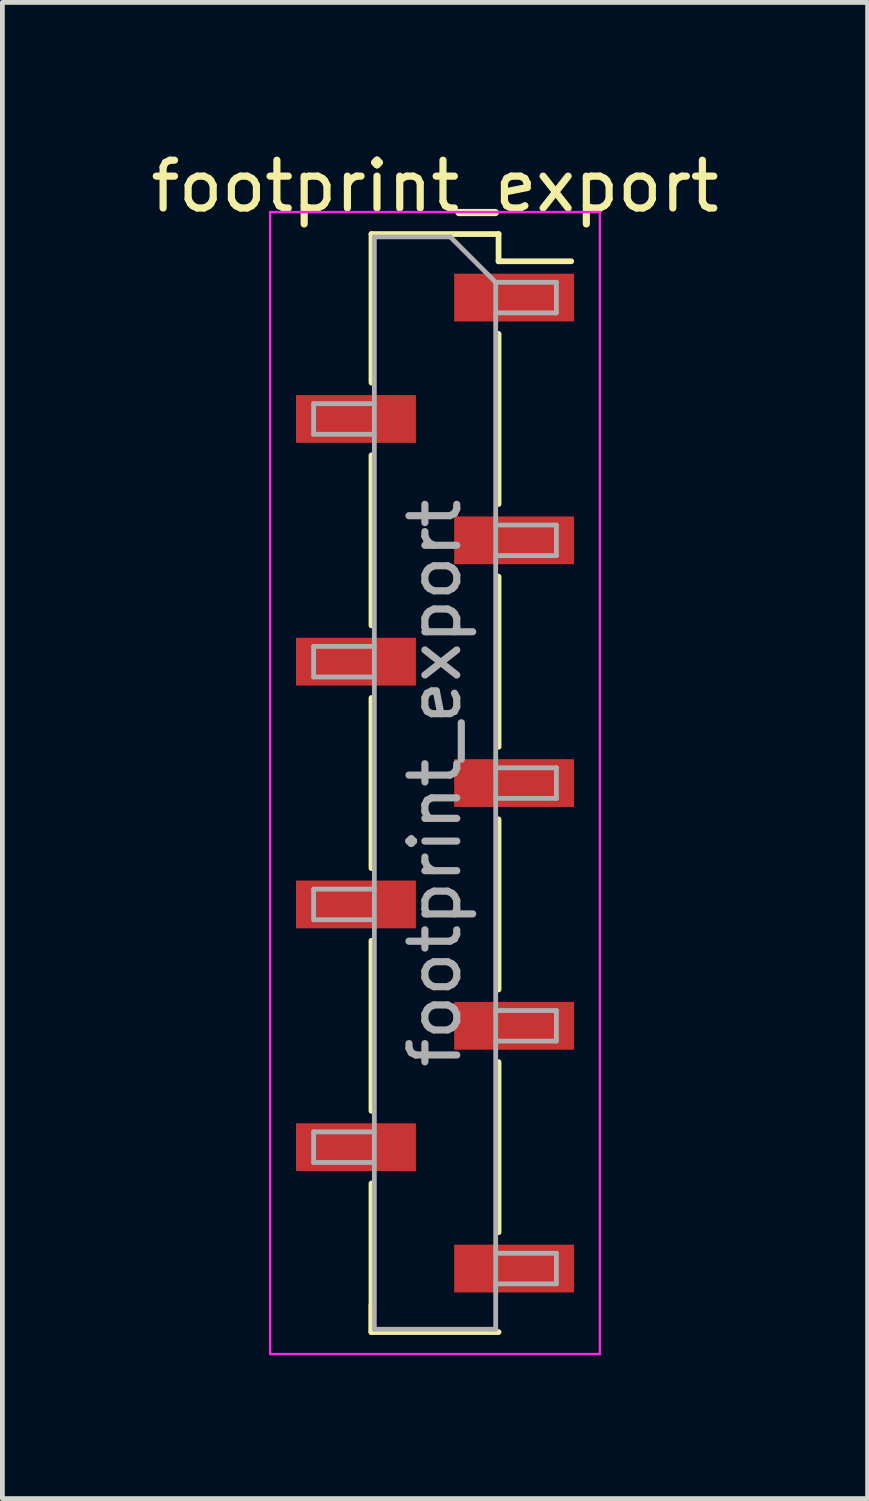
<source format=kicad_pcb>
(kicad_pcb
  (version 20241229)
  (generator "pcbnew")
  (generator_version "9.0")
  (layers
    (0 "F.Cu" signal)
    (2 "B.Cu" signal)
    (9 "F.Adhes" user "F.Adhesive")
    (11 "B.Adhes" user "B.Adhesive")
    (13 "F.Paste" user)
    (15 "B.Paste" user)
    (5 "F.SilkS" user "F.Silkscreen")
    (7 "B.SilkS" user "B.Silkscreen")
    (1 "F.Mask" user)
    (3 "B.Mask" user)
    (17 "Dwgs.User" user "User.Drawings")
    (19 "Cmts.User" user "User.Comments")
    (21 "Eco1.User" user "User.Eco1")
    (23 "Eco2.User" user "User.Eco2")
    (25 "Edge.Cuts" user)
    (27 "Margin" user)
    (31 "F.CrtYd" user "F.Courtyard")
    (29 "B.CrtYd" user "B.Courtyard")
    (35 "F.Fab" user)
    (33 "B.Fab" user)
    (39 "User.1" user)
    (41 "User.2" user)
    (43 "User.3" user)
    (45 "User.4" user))
  (footprint "footprint_export"
    (layer "F.Cu")
    (at 6.054 13.338)
    (property "Reference" "footprint_export" (at 0 -12.49 0) (layer "F.SilkS") (effects (font (size 1 1) (thickness 0.15))))
    (attr smd)
    (fp_line (start -1.33 -11.49) (end -1.33 -8.38) (stroke (width 0.12) (type solid)) (layer "F.SilkS"))
    (fp_line (start -1.33 -11.49) (end 1.33 -11.49) (stroke (width 0.12) (type solid)) (layer "F.SilkS"))
    (fp_line (start -1.33 -6.86) (end -1.33 -3.3) (stroke (width 0.12) (type solid)) (layer "F.SilkS"))
    (fp_line (start -1.33 -1.78) (end -1.33 1.78) (stroke (width 0.12) (type solid)) (layer "F.SilkS"))
    (fp_line (start -1.33 3.3) (end -1.33 6.86) (stroke (width 0.12) (type solid)) (layer "F.SilkS"))
    (fp_line (start -1.33 8.38) (end -1.33 11.49) (stroke (width 0.12) (type solid)) (layer "F.SilkS"))
    (fp_line (start -1.33 10.92) (end -1.33 11.49) (stroke (width 0.12) (type solid)) (layer "F.SilkS"))
    (fp_line (start -1.33 11.49) (end 1.33 11.49) (stroke (width 0.12) (type solid)) (layer "F.SilkS"))
    (fp_line (start 1.33 -11.49) (end 1.33 -10.92) (stroke (width 0.12) (type solid)) (layer "F.SilkS"))
    (fp_line (start 1.33 -10.92) (end 2.85 -10.92) (stroke (width 0.12) (type solid)) (layer "F.SilkS"))
    (fp_line (start 1.33 -9.4) (end 1.33 -5.84) (stroke (width 0.12) (type solid)) (layer "F.SilkS"))
    (fp_line (start 1.33 -4.32) (end 1.33 -0.76) (stroke (width 0.12) (type solid)) (layer "F.SilkS"))
    (fp_line (start 1.33 0.76) (end 1.33 4.32) (stroke (width 0.12) (type solid)) (layer "F.SilkS"))
    (fp_line (start 1.33 5.84) (end 1.33 9.4) (stroke (width 0.12) (type solid)) (layer "F.SilkS"))
    (fp_line (start -3.45 -11.95) (end -3.45 11.95) (stroke (width 0.05) (type solid)) (layer "F.CrtYd"))
    (fp_line (start -3.45 11.95) (end 3.45 11.95) (stroke (width 0.05) (type solid)) (layer "F.CrtYd"))
    (fp_line (start 3.45 -11.95) (end -3.45 -11.95) (stroke (width 0.05) (type solid)) (layer "F.CrtYd"))
    (fp_line (start 3.45 11.95) (end 3.45 -11.95) (stroke (width 0.05) (type solid)) (layer "F.CrtYd"))
    (fp_line (start -2.54 -7.94) (end -2.54 -7.3) (stroke (width 0.1) (type solid)) (layer "F.Fab"))
    (fp_line (start -2.54 -7.3) (end -1.27 -7.3) (stroke (width 0.1) (type solid)) (layer "F.Fab"))
    (fp_line (start -2.54 -2.86) (end -2.54 -2.22) (stroke (width 0.1) (type solid)) (layer "F.Fab"))
    (fp_line (start -2.54 -2.22) (end -1.27 -2.22) (stroke (width 0.1) (type solid)) (layer "F.Fab"))
    (fp_line (start -2.54 2.22) (end -2.54 2.86) (stroke (width 0.1) (type solid)) (layer "F.Fab"))
    (fp_line (start -2.54 2.86) (end -1.27 2.86) (stroke (width 0.1) (type solid)) (layer "F.Fab"))
    (fp_line (start -2.54 7.3) (end -2.54 7.94) (stroke (width 0.1) (type solid)) (layer "F.Fab"))
    (fp_line (start -2.54 7.94) (end -1.27 7.94) (stroke (width 0.1) (type solid)) (layer "F.Fab"))
    (fp_line (start -1.27 -11.43) (end -1.27 11.43) (stroke (width 0.1) (type solid)) (layer "F.Fab"))
    (fp_line (start -1.27 -11.43) (end 0.32 -11.43) (stroke (width 0.1) (type solid)) (layer "F.Fab"))
    (fp_line (start -1.27 -7.94) (end -2.54 -7.94) (stroke (width 0.1) (type solid)) (layer "F.Fab"))
    (fp_line (start -1.27 -2.86) (end -2.54 -2.86) (stroke (width 0.1) (type solid)) (layer "F.Fab"))
    (fp_line (start -1.27 2.22) (end -2.54 2.22) (stroke (width 0.1) (type solid)) (layer "F.Fab"))
    (fp_line (start -1.27 7.3) (end -2.54 7.3) (stroke (width 0.1) (type solid)) (layer "F.Fab"))
    (fp_line (start 1.27 -10.48) (end 0.32 -11.43) (stroke (width 0.1) (type solid)) (layer "F.Fab"))
    (fp_line (start 1.27 -10.48) (end 2.54 -10.48) (stroke (width 0.1) (type solid)) (layer "F.Fab"))
    (fp_line (start 1.27 -5.4) (end 2.54 -5.4) (stroke (width 0.1) (type solid)) (layer "F.Fab"))
    (fp_line (start 1.27 -0.32) (end 2.54 -0.32) (stroke (width 0.1) (type solid)) (layer "F.Fab"))
    (fp_line (start 1.27 4.76) (end 2.54 4.76) (stroke (width 0.1) (type solid)) (layer "F.Fab"))
    (fp_line (start 1.27 9.84) (end 2.54 9.84) (stroke (width 0.1) (type solid)) (layer "F.Fab"))
    (fp_line (start 1.27 11.43) (end -1.27 11.43) (stroke (width 0.1) (type solid)) (layer "F.Fab"))
    (fp_line (start 1.27 11.43) (end 1.27 -10.48) (stroke (width 0.1) (type solid)) (layer "F.Fab"))
    (fp_line (start 2.54 -10.48) (end 2.54 -9.84) (stroke (width 0.1) (type solid)) (layer "F.Fab"))
    (fp_line (start 2.54 -9.84) (end 1.27 -9.84) (stroke (width 0.1) (type solid)) (layer "F.Fab"))
    (fp_line (start 2.54 -5.4) (end 2.54 -4.76) (stroke (width 0.1) (type solid)) (layer "F.Fab"))
    (fp_line (start 2.54 -4.76) (end 1.27 -4.76) (stroke (width 0.1) (type solid)) (layer "F.Fab"))
    (fp_line (start 2.54 -0.32) (end 2.54 0.32) (stroke (width 0.1) (type solid)) (layer "F.Fab"))
    (fp_line (start 2.54 0.32) (end 1.27 0.32) (stroke (width 0.1) (type solid)) (layer "F.Fab"))
    (fp_line (start 2.54 4.76) (end 2.54 5.4) (stroke (width 0.1) (type solid)) (layer "F.Fab"))
    (fp_line (start 2.54 5.4) (end 1.27 5.4) (stroke (width 0.1) (type solid)) (layer "F.Fab"))
    (fp_line (start 2.54 9.84) (end 2.54 10.48) (stroke (width 0.1) (type solid)) (layer "F.Fab"))
    (fp_line (start 2.54 10.48) (end 1.27 10.48) (stroke (width 0.1) (type solid)) (layer "F.Fab"))
    (fp_text user "${REFERENCE}" (at 0 0 90) (layer "F.Fab") (effects (font (size 1 1) (thickness 0.15))))
    (pad "1" smd rect (at 1.655 -10.16) (size 2.51 1) (layers "F.Cu" "F.Mask" "F.Paste"))
    (pad "2" smd rect (at -1.655 -7.62) (size 2.51 1) (layers "F.Cu" "F.Mask" "F.Paste"))
    (pad "3" smd rect (at 1.655 -5.08) (size 2.51 1) (layers "F.Cu" "F.Mask" "F.Paste"))
    (pad "4" smd rect (at -1.655 -2.54) (size 2.51 1) (layers "F.Cu" "F.Mask" "F.Paste"))
    (pad "5" smd rect (at 1.655 0) (size 2.51 1) (layers "F.Cu" "F.Mask" "F.Paste"))
    (pad "6" smd rect (at -1.655 2.54) (size 2.51 1) (layers "F.Cu" "F.Mask" "F.Paste"))
    (pad "7" smd rect (at 1.655 5.08) (size 2.51 1) (layers "F.Cu" "F.Mask" "F.Paste"))
    (pad "8" smd rect (at -1.655 7.62) (size 2.51 1) (layers "F.Cu" "F.Mask" "F.Paste"))
    (pad "9" smd rect (at 1.655 10.16) (size 2.51 1) (layers "F.Cu" "F.Mask" "F.Paste")))
  (gr_rect
    (start -3 -3)
    (end 15.107 28.313)
    (stroke (width 0.1) (type default))
    (fill no)
    (layer "Edge.Cuts")))
</source>
